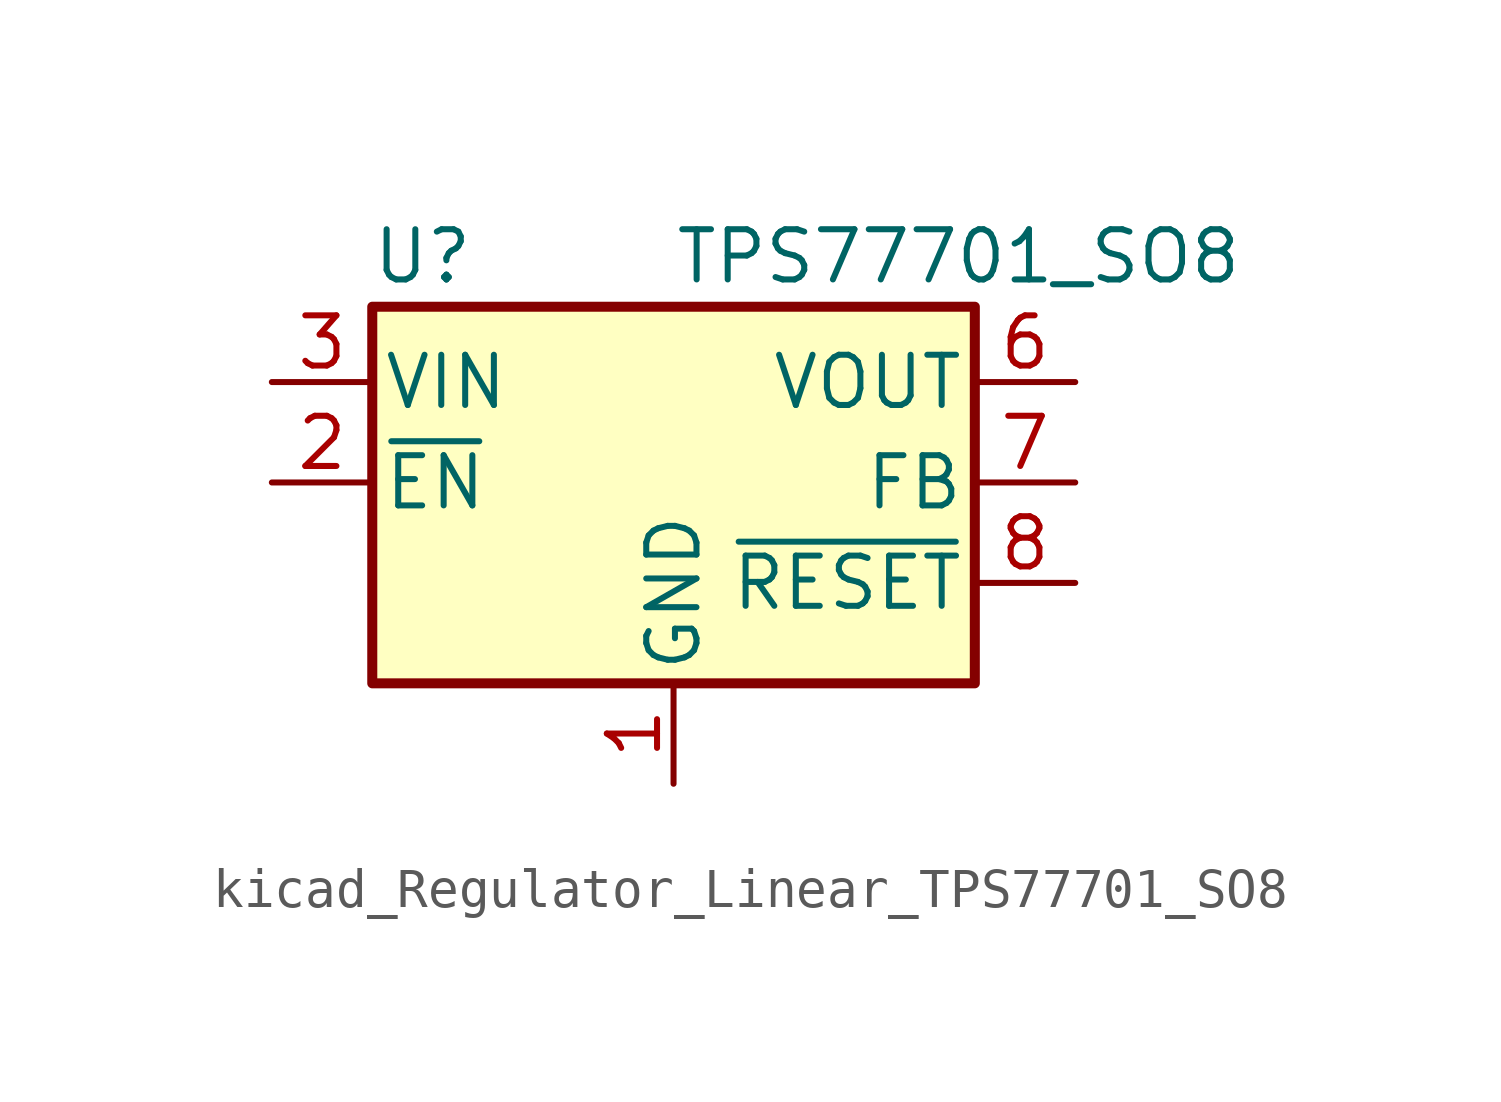
<source format=kicad_sym>
(kicad_symbol_lib
  (version 20220914)
  (generator kicad_symbol_editor)
  (symbol "kicad_Regulator_Linear_TPS77701_SO8"
    (pin_names
      (offset 0.254))
    (property "Reference" "U"
      (at -6.35 5.715 0)
      (effects (font (size 1.27 1.27))))
    (property "Value" "TPS77701_SO8"
      (at 0 5.715 0)
      (effects (font (size 1.27 1.27)) (justify left)))
    (symbol "kicad_Regulator_Linear_TPS77701_SO8_0_1"
      (rectangle (start -7.62 4.445) (end 7.62 -5.08) (stroke (width 0.254) (type default)) (fill (type background))))
    (symbol "kicad_Regulator_Linear_TPS77701_SO8_1_1"
      (pin power_in line (at 0 -7.62 90) (length 2.54) (name "GND" (effects (font (size 1.27 1.27)))) (number "1" (effects (font (size 1.27 1.27)))))
      (pin input line (at -10.16 0 0) (length 2.54) (name "~{EN}" (effects (font (size 1.27 1.27)))) (number "2" (effects (font (size 1.27 1.27)))))
      (pin power_in line (at -10.16 2.54 0) (length 2.54) (name "VIN" (effects (font (size 1.27 1.27)))) (number "3" (effects (font (size 1.27 1.27)))))
      (pin passive line (at -10.16 2.54 0) (length 2.54) hide (name "VIN" (effects (font (size 1.27 1.27)))) (number "4" (effects (font (size 1.27 1.27)))))
      (pin passive line (at 10.16 2.54 180) (length 2.54) hide (name "VOUT" (effects (font (size 1.27 1.27)))) (number "5" (effects (font (size 1.27 1.27)))))
      (pin power_out line (at 10.16 2.54 180) (length 2.54) (name "VOUT" (effects (font (size 1.27 1.27)))) (number "6" (effects (font (size 1.27 1.27)))))
      (pin passive line (at 10.16 0 180) (length 2.54) (name "FB" (effects (font (size 1.27 1.27)))) (number "7" (effects (font (size 1.27 1.27)))))
      (pin open_collector line (at 10.16 -2.54 180) (length 2.54) (name "~{RESET}" (effects (font (size 1.27 1.27)))) (number "8" (effects (font (size 1.27 1.27))))))))
</source>
